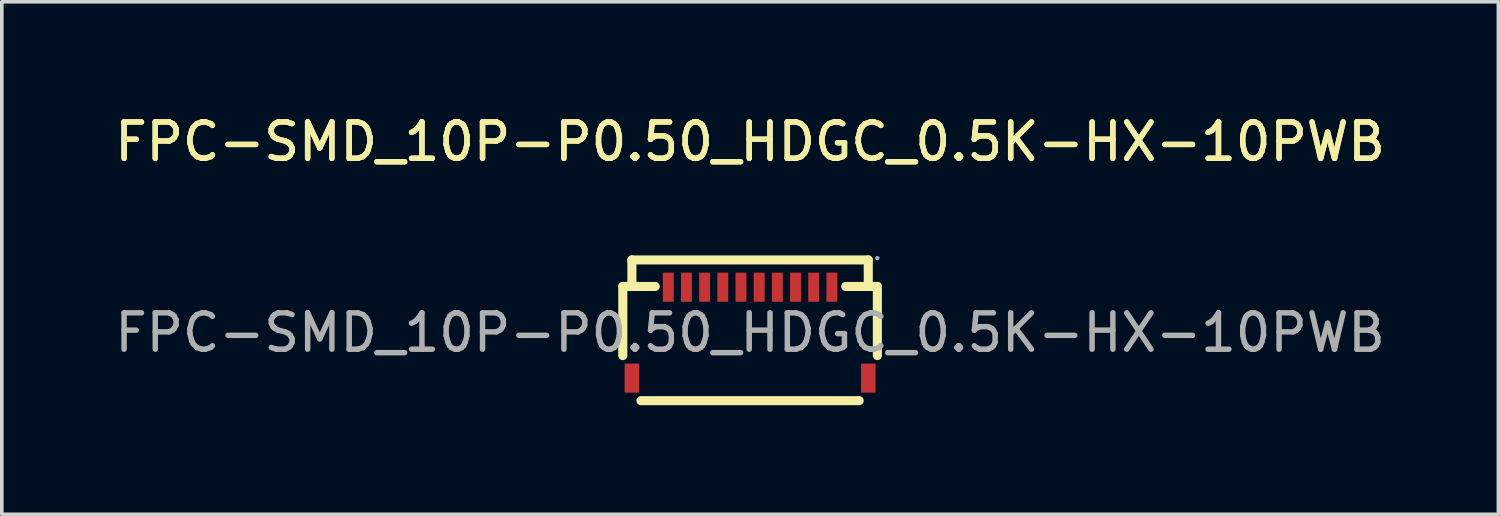
<source format=kicad_pcb>
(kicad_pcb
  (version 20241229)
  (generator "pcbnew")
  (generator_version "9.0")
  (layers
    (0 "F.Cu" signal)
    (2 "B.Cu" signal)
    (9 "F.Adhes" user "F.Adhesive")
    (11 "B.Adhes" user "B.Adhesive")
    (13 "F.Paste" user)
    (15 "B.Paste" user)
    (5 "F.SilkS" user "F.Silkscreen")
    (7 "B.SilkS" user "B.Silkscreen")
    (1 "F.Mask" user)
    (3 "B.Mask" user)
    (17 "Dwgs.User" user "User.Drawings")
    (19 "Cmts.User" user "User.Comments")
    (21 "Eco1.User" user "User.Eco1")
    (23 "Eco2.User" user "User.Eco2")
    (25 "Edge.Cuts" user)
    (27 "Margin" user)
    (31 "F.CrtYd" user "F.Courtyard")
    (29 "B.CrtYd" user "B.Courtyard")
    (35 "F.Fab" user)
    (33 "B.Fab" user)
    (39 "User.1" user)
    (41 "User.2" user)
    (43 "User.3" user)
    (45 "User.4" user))
  (footprint "FPC-SMD_10P-P0.50_HDGC_0.5K-HX-10PWB"
    (layer "F.Cu")
    (at 17.577 6.098)
    (property "Reference" "FPC-SMD_10P-P0.50_HDGC_0.5K-HX-10PWB" (at 0 -5.25 0) (layer "F.SilkS") (effects (font (size 1 1) (thickness 0.15))))
    (attr smd)
    (fp_line (start -3.5 -1.27) (end -3.5 0.63) (stroke (width 0.25) (type solid)) (layer "F.SilkS"))
    (fp_line (start -3.25 -2) (end 3.25 -2) (stroke (width 0.25) (type solid)) (layer "F.SilkS"))
    (fp_line (start -3.25 -1.27) (end -3.25 -2) (stroke (width 0.25) (type solid)) (layer "F.SilkS"))
    (fp_line (start -2.61 -1.27) (end -3.5 -1.27) (stroke (width 0.25) (type solid)) (layer "F.SilkS"))
    (fp_line (start 2.63 -1.27) (end 3.5 -1.27) (stroke (width 0.25) (type solid)) (layer "F.SilkS"))
    (fp_line (start 3 1.87) (end -3 1.87) (stroke (width 0.25) (type solid)) (layer "F.SilkS"))
    (fp_line (start 3.25 -2) (end 3.25 -1.27) (stroke (width 0.25) (type solid)) (layer "F.SilkS"))
    (fp_line (start 3.5 -1.27) (end 3.5 0.63) (stroke (width 0.25) (type solid)) (layer "F.SilkS"))
    (fp_circle (center 3.5 -2.05) (end 3.53 -2.05) (stroke (width 0.06) (type solid)) (fill no) (layer "F.Fab"))
    (fp_text user "${REFERENCE}" (at 0 -5.25 0) (layer "F.SilkS") (effects (font (size 1 1) (thickness 0.15))))
    (fp_text user "${REFERENCE}" (at 0 0 0) (layer "F.Fab") (effects (font (size 1 1) (thickness 0.15))))
    (pad "1" smd rect (at 2.25 -1.25) (size 0.3 0.8) (layers "F.Cu" "F.Mask" "F.Paste"))
    (pad "2" smd rect (at 1.75 -1.25) (size 0.3 0.8) (layers "F.Cu" "F.Mask" "F.Paste"))
    (pad "3" smd rect (at 1.25 -1.25) (size 0.3 0.8) (layers "F.Cu" "F.Mask" "F.Paste"))
    (pad "4" smd rect (at 0.75 -1.25) (size 0.3 0.8) (layers "F.Cu" "F.Mask" "F.Paste"))
    (pad "5" smd rect (at 0.25 -1.25) (size 0.3 0.8) (layers "F.Cu" "F.Mask" "F.Paste"))
    (pad "6" smd rect (at -0.25 -1.25) (size 0.3 0.8) (layers "F.Cu" "F.Mask" "F.Paste"))
    (pad "7" smd rect (at -0.75 -1.25) (size 0.3 0.8) (layers "F.Cu" "F.Mask" "F.Paste"))
    (pad "8" smd rect (at -1.25 -1.25) (size 0.3 0.8) (layers "F.Cu" "F.Mask" "F.Paste"))
    (pad "9" smd rect (at -1.75 -1.25) (size 0.3 0.8) (layers "F.Cu" "F.Mask" "F.Paste"))
    (pad "10" smd rect (at -2.25 -1.25) (size 0.3 0.8) (layers "F.Cu" "F.Mask" "F.Paste"))
    (pad "11" smd rect (at -3.25 1.25) (size 0.4 0.8) (layers "F.Cu" "F.Mask" "F.Paste"))
    (pad "12" smd rect (at 3.25 1.25) (size 0.4 0.8) (layers "F.Cu" "F.Mask" "F.Paste")))
  (gr_rect
    (start -3 -3)
    (end 38.155 11.093)
    (stroke (width 0.1) (type default))
    (fill no)
    (layer "Edge.Cuts")))
</source>
